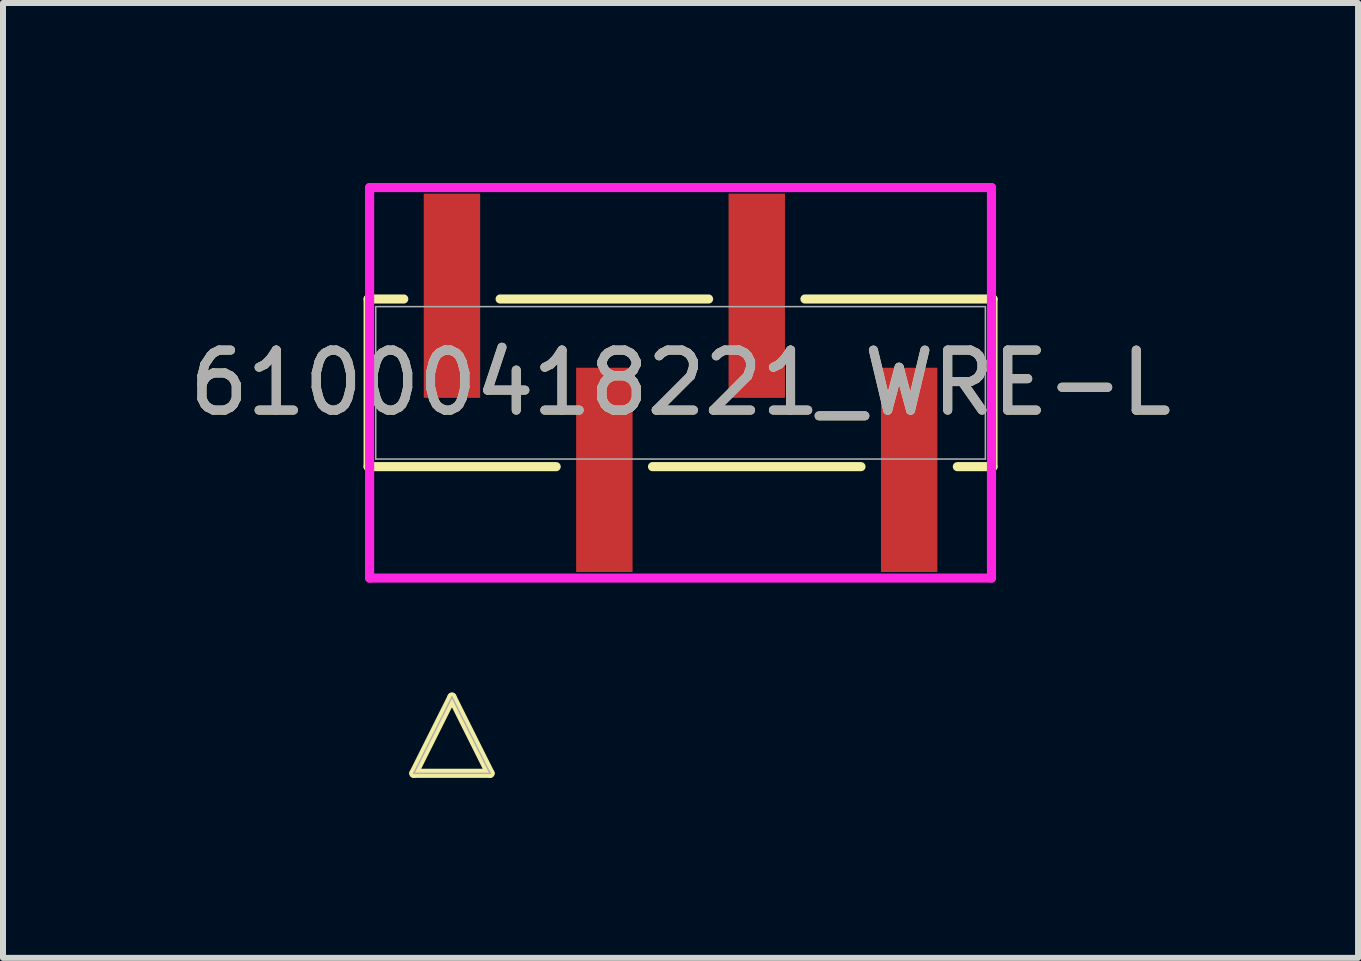
<source format=kicad_pcb>
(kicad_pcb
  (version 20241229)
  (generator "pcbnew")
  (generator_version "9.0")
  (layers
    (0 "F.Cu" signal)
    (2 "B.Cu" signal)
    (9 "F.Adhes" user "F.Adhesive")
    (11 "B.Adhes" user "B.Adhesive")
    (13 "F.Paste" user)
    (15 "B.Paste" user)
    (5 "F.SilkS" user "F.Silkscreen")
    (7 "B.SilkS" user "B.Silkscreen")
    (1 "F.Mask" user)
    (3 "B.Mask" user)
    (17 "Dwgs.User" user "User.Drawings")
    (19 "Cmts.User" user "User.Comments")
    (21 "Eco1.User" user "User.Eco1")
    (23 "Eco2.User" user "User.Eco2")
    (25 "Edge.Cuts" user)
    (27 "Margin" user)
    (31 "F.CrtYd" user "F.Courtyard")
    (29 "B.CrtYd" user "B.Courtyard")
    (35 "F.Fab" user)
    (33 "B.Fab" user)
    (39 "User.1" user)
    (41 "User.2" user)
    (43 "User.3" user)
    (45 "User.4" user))
  (footprint "61000418221_WRE-L"
    (layer "F.Cu")
    (at 8.292 3.33)
    (property "Reference" "61000418221_WRE-L" (at 0 0 0) (unlocked yes) (layer "F.SilkS") (effects (font (size 1 1) (thickness 0.15))))
    (attr smd)
    (fp_line (start -5.207 -1.397) (end -5.207 1.397) (stroke (width 0.152) (type solid)) (layer "F.SilkS"))
    (fp_line (start -5.207 1.397) (end -2.073 1.397) (stroke (width 0.152) (type solid)) (layer "F.SilkS"))
    (fp_line (start -4.613 -1.397) (end -5.207 -1.397) (stroke (width 0.152) (type solid)) (layer "F.SilkS"))
    (fp_line (start -4.445 6.508) (end -3.175 6.508) (stroke (width 0.152) (type solid)) (layer "F.SilkS"))
    (fp_line (start -3.81 5.238) (end -4.445 6.508) (stroke (width 0.152) (type solid)) (layer "F.SilkS"))
    (fp_line (start -3.175 6.508) (end -3.81 5.238) (stroke (width 0.152) (type solid)) (layer "F.SilkS"))
    (fp_line (start -0.467 1.397) (end 3.007 1.397) (stroke (width 0.152) (type solid)) (layer "F.SilkS"))
    (fp_line (start 0.467 -1.397) (end -3.007 -1.397) (stroke (width 0.152) (type solid)) (layer "F.SilkS"))
    (fp_line (start 4.613 1.397) (end 5.207 1.397) (stroke (width 0.152) (type solid)) (layer "F.SilkS"))
    (fp_line (start 5.207 -1.397) (end 2.073 -1.397) (stroke (width 0.152) (type solid)) (layer "F.SilkS"))
    (fp_line (start 5.207 1.397) (end 5.207 -1.397) (stroke (width 0.152) (type solid)) (layer "F.SilkS"))
    (fp_line (start -5.182 -3.254) (end -5.182 3.254) (stroke (width 0.152) (type solid)) (layer "F.CrtYd"))
    (fp_line (start -5.182 3.254) (end 5.182 3.254) (stroke (width 0.152) (type solid)) (layer "F.CrtYd"))
    (fp_line (start 5.182 -3.254) (end -5.182 -3.254) (stroke (width 0.152) (type solid)) (layer "F.CrtYd"))
    (fp_line (start 5.182 3.254) (end 5.182 -3.254) (stroke (width 0.152) (type solid)) (layer "F.CrtYd"))
    (fp_line (start -5.08 -1.27) (end -5.08 1.27) (stroke (width 0.025) (type solid)) (layer "F.Fab"))
    (fp_line (start -5.08 1.27) (end 5.08 1.27) (stroke (width 0.025) (type solid)) (layer "F.Fab"))
    (fp_line (start -4.445 6.508) (end -3.175 6.508) (stroke (width 0.025) (type solid)) (layer "F.Fab"))
    (fp_line (start -3.81 5.238) (end -4.445 6.508) (stroke (width 0.025) (type solid)) (layer "F.Fab"))
    (fp_line (start -3.175 6.508) (end -3.81 5.238) (stroke (width 0.025) (type solid)) (layer "F.Fab"))
    (fp_line (start 5.08 -1.27) (end -5.08 -1.27) (stroke (width 0.025) (type solid)) (layer "F.Fab"))
    (fp_line (start 5.08 1.27) (end 5.08 -1.27) (stroke (width 0.025) (type solid)) (layer "F.Fab"))
    (fp_text user "${REFERENCE}" (at 0 0 0) (unlocked yes) (layer "F.Fab") (effects (font (size 1 1) (thickness 0.15))))
    (pad "1" smd rect (at -3.81 -1.451) (size 0.94 3.404) (layers "F.Cu" "F.Mask" "F.Paste"))
    (pad "2" smd rect (at -1.27 1.451) (size 0.94 3.404) (layers "F.Cu" "F.Mask" "F.Paste"))
    (pad "3" smd rect (at 1.27 -1.451) (size 0.94 3.404) (layers "F.Cu" "F.Mask" "F.Paste"))
    (pad "4" smd rect (at 3.81 1.451) (size 0.94 3.404) (layers "F.Cu" "F.Mask" "F.Paste")))
  (gr_rect
    (start -3 -3)
    (end 19.583 12.914)
    (stroke (width 0.1) (type default))
    (fill no)
    (layer "Edge.Cuts")))
</source>
